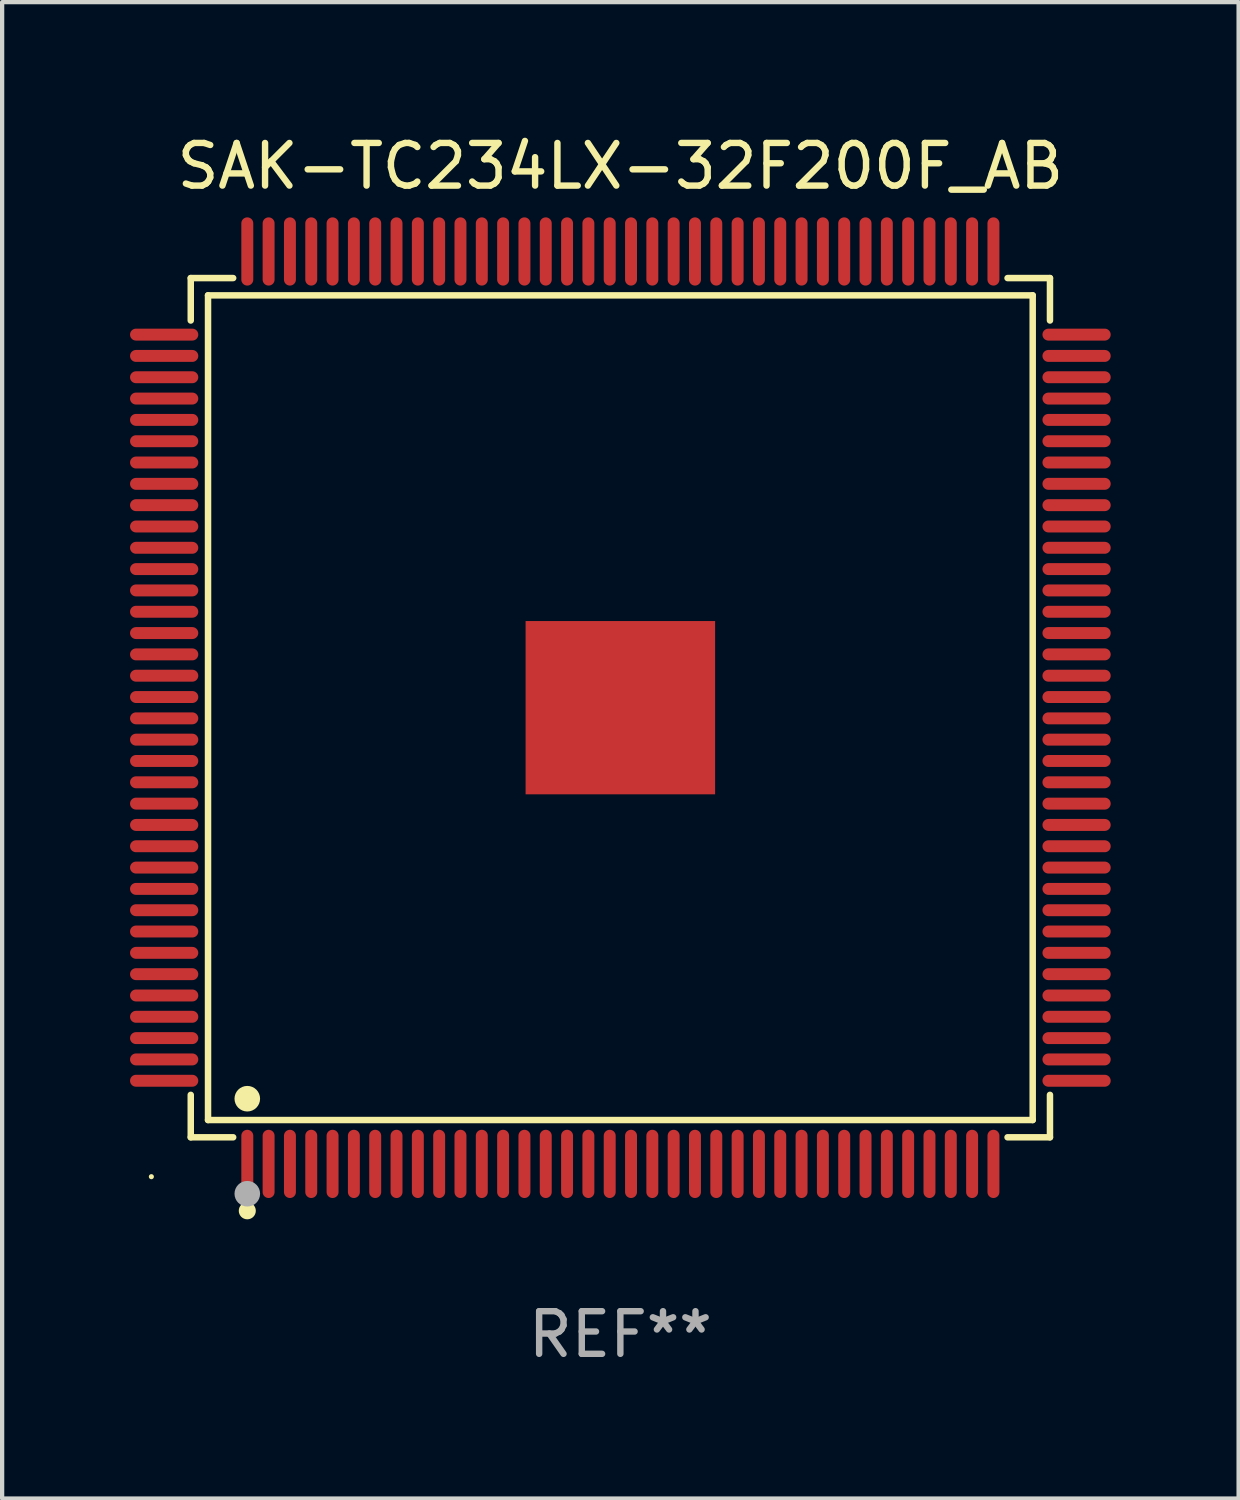
<source format=kicad_pcb>
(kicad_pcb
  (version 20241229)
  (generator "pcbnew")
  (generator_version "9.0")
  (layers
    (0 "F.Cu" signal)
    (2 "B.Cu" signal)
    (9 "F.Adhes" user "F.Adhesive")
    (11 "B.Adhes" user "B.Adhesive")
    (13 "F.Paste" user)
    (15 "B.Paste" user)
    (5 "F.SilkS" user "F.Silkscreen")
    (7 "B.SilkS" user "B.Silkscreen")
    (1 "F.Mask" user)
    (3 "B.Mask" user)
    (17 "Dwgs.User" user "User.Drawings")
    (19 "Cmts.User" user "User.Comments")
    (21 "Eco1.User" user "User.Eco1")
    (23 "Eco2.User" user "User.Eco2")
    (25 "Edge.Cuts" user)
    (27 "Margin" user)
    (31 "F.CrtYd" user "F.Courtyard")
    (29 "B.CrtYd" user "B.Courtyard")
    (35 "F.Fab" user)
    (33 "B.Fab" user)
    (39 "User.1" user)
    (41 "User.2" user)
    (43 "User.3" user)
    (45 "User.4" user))
  (footprint "SAK-TC234LX-32F200F_AB"
    (layer "F.Cu")
    (at 11.5 13.548)
    (property "Reference" "SAK-TC234LX-32F200F_AB" (at 0 -12.7 0) (layer "F.SilkS") (effects (font (size 1 1) (thickness 0.15))))
    (attr through_hole)
    (fp_line (start -10.076 -10.076) (end -9.081 -10.076) (stroke (width 0.152) (type solid)) (layer "F.SilkS"))
    (fp_line (start -10.076 -9.081) (end -10.076 -10.076) (stroke (width 0.152) (type solid)) (layer "F.SilkS"))
    (fp_line (start -10.076 9.081) (end -10.076 10.076) (stroke (width 0.152) (type solid)) (layer "F.SilkS"))
    (fp_line (start -10.076 10.076) (end -9.081 10.076) (stroke (width 0.152) (type solid)) (layer "F.SilkS"))
    (fp_line (start -9.671 -9.671) (end 9.671 -9.671) (stroke (width 0.152) (type solid)) (layer "F.SilkS"))
    (fp_line (start -9.671 9.671) (end -9.671 -9.671) (stroke (width 0.152) (type solid)) (layer "F.SilkS"))
    (fp_line (start 9.671 -9.671) (end 9.671 9.671) (stroke (width 0.152) (type solid)) (layer "F.SilkS"))
    (fp_line (start 9.671 9.671) (end -9.671 9.671) (stroke (width 0.152) (type solid)) (layer "F.SilkS"))
    (fp_line (start 10.076 -10.076) (end 9.081 -10.076) (stroke (width 0.152) (type solid)) (layer "F.SilkS"))
    (fp_line (start 10.076 -9.081) (end 10.076 -10.076) (stroke (width 0.152) (type solid)) (layer "F.SilkS"))
    (fp_line (start 10.076 9.081) (end 10.076 10.076) (stroke (width 0.152) (type solid)) (layer "F.SilkS"))
    (fp_line (start 10.076 10.076) (end 9.081 10.076) (stroke (width 0.152) (type solid)) (layer "F.SilkS"))
    (fp_circle (center -11 11) (end -10.97 11) (stroke (width 0.06) (type solid)) (fill no) (layer "F.SilkS"))
    (fp_circle (center -8.75 9.171) (end -8.6 9.171) (stroke (width 0.3) (type solid)) (fill no) (layer "F.SilkS"))
    (fp_circle (center -8.75 11.8) (end -8.65 11.8) (stroke (width 0.2) (type solid)) (fill no) (layer "F.SilkS"))
    (fp_circle (center -8.75 11.4) (end -8.6 11.4) (stroke (width 0.3) (type solid)) (fill no) (layer "F.Fab"))
    (fp_text user "REF**" (at 0 14.7 0) (layer "F.Fab") (effects (font (size 1 1) (thickness 0.15))))
    (pad "1" smd oval (at -8.75 10.7) (size 0.28 1.6) (layers "F.Cu" "F.Mask" "F.Paste"))
    (pad "2" smd oval (at -8.25 10.7) (size 0.28 1.6) (layers "F.Cu" "F.Mask" "F.Paste"))
    (pad "3" smd oval (at -7.75 10.7) (size 0.28 1.6) (layers "F.Cu" "F.Mask" "F.Paste"))
    (pad "4" smd oval (at -7.25 10.7) (size 0.28 1.6) (layers "F.Cu" "F.Mask" "F.Paste"))
    (pad "5" smd oval (at -6.75 10.7) (size 0.28 1.6) (layers "F.Cu" "F.Mask" "F.Paste"))
    (pad "6" smd oval (at -6.25 10.7) (size 0.28 1.6) (layers "F.Cu" "F.Mask" "F.Paste"))
    (pad "7" smd oval (at -5.75 10.7) (size 0.28 1.6) (layers "F.Cu" "F.Mask" "F.Paste"))
    (pad "8" smd oval (at -5.25 10.7) (size 0.28 1.6) (layers "F.Cu" "F.Mask" "F.Paste"))
    (pad "9" smd oval (at -4.75 10.7) (size 0.28 1.6) (layers "F.Cu" "F.Mask" "F.Paste"))
    (pad "10" smd oval (at -4.25 10.7) (size 0.28 1.6) (layers "F.Cu" "F.Mask" "F.Paste"))
    (pad "11" smd oval (at -3.75 10.7) (size 0.28 1.6) (layers "F.Cu" "F.Mask" "F.Paste"))
    (pad "12" smd oval (at -3.25 10.7) (size 0.28 1.6) (layers "F.Cu" "F.Mask" "F.Paste"))
    (pad "13" smd oval (at -2.75 10.7) (size 0.28 1.6) (layers "F.Cu" "F.Mask" "F.Paste"))
    (pad "14" smd oval (at -2.25 10.7) (size 0.28 1.6) (layers "F.Cu" "F.Mask" "F.Paste"))
    (pad "15" smd oval (at -1.75 10.7) (size 0.28 1.6) (layers "F.Cu" "F.Mask" "F.Paste"))
    (pad "16" smd oval (at -1.25 10.7) (size 0.28 1.6) (layers "F.Cu" "F.Mask" "F.Paste"))
    (pad "17" smd oval (at -0.75 10.7) (size 0.28 1.6) (layers "F.Cu" "F.Mask" "F.Paste"))
    (pad "18" smd oval (at -0.25 10.7) (size 0.28 1.6) (layers "F.Cu" "F.Mask" "F.Paste"))
    (pad "19" smd oval (at 0.25 10.7) (size 0.28 1.6) (layers "F.Cu" "F.Mask" "F.Paste"))
    (pad "20" smd oval (at 0.75 10.7) (size 0.28 1.6) (layers "F.Cu" "F.Mask" "F.Paste"))
    (pad "21" smd oval (at 1.25 10.7) (size 0.28 1.6) (layers "F.Cu" "F.Mask" "F.Paste"))
    (pad "22" smd oval (at 1.75 10.7) (size 0.28 1.6) (layers "F.Cu" "F.Mask" "F.Paste"))
    (pad "23" smd oval (at 2.25 10.7) (size 0.28 1.6) (layers "F.Cu" "F.Mask" "F.Paste"))
    (pad "24" smd oval (at 2.75 10.7) (size 0.28 1.6) (layers "F.Cu" "F.Mask" "F.Paste"))
    (pad "25" smd oval (at 3.25 10.7) (size 0.28 1.6) (layers "F.Cu" "F.Mask" "F.Paste"))
    (pad "26" smd oval (at 3.75 10.7) (size 0.28 1.6) (layers "F.Cu" "F.Mask" "F.Paste"))
    (pad "27" smd oval (at 4.25 10.7) (size 0.28 1.6) (layers "F.Cu" "F.Mask" "F.Paste"))
    (pad "28" smd oval (at 4.75 10.7) (size 0.28 1.6) (layers "F.Cu" "F.Mask" "F.Paste"))
    (pad "29" smd oval (at 5.25 10.7) (size 0.28 1.6) (layers "F.Cu" "F.Mask" "F.Paste"))
    (pad "30" smd oval (at 5.75 10.7) (size 0.28 1.6) (layers "F.Cu" "F.Mask" "F.Paste"))
    (pad "31" smd oval (at 6.25 10.7) (size 0.28 1.6) (layers "F.Cu" "F.Mask" "F.Paste"))
    (pad "32" smd oval (at 6.75 10.7) (size 0.28 1.6) (layers "F.Cu" "F.Mask" "F.Paste"))
    (pad "33" smd oval (at 7.25 10.7) (size 0.28 1.6) (layers "F.Cu" "F.Mask" "F.Paste"))
    (pad "34" smd oval (at 7.75 10.7) (size 0.28 1.6) (layers "F.Cu" "F.Mask" "F.Paste"))
    (pad "35" smd oval (at 8.25 10.7) (size 0.28 1.6) (layers "F.Cu" "F.Mask" "F.Paste"))
    (pad "36" smd oval (at 8.75 10.7) (size 0.28 1.6) (layers "F.Cu" "F.Mask" "F.Paste"))
    (pad "37" smd oval (at 10.7 8.75) (size 1.6 0.28) (layers "F.Cu" "F.Mask" "F.Paste"))
    (pad "38" smd oval (at 10.7 8.25) (size 1.6 0.28) (layers "F.Cu" "F.Mask" "F.Paste"))
    (pad "39" smd oval (at 10.7 7.75) (size 1.6 0.28) (layers "F.Cu" "F.Mask" "F.Paste"))
    (pad "40" smd oval (at 10.7 7.25) (size 1.6 0.28) (layers "F.Cu" "F.Mask" "F.Paste"))
    (pad "41" smd oval (at 10.7 6.75) (size 1.6 0.28) (layers "F.Cu" "F.Mask" "F.Paste"))
    (pad "42" smd oval (at 10.7 6.25) (size 1.6 0.28) (layers "F.Cu" "F.Mask" "F.Paste"))
    (pad "43" smd oval (at 10.7 5.75) (size 1.6 0.28) (layers "F.Cu" "F.Mask" "F.Paste"))
    (pad "44" smd oval (at 10.7 5.25) (size 1.6 0.28) (layers "F.Cu" "F.Mask" "F.Paste"))
    (pad "45" smd oval (at 10.7 4.75) (size 1.6 0.28) (layers "F.Cu" "F.Mask" "F.Paste"))
    (pad "46" smd oval (at 10.7 4.25) (size 1.6 0.28) (layers "F.Cu" "F.Mask" "F.Paste"))
    (pad "47" smd oval (at 10.7 3.75) (size 1.6 0.28) (layers "F.Cu" "F.Mask" "F.Paste"))
    (pad "48" smd oval (at 10.7 3.25) (size 1.6 0.28) (layers "F.Cu" "F.Mask" "F.Paste"))
    (pad "49" smd oval (at 10.7 2.75) (size 1.6 0.28) (layers "F.Cu" "F.Mask" "F.Paste"))
    (pad "50" smd oval (at 10.7 2.25) (size 1.6 0.28) (layers "F.Cu" "F.Mask" "F.Paste"))
    (pad "51" smd oval (at 10.7 1.75) (size 1.6 0.28) (layers "F.Cu" "F.Mask" "F.Paste"))
    (pad "52" smd oval (at 10.7 1.25) (size 1.6 0.28) (layers "F.Cu" "F.Mask" "F.Paste"))
    (pad "53" smd oval (at 10.7 0.75) (size 1.6 0.28) (layers "F.Cu" "F.Mask" "F.Paste"))
    (pad "54" smd oval (at 10.7 0.25) (size 1.6 0.28) (layers "F.Cu" "F.Mask" "F.Paste"))
    (pad "55" smd oval (at 10.7 -0.25) (size 1.6 0.28) (layers "F.Cu" "F.Mask" "F.Paste"))
    (pad "56" smd oval (at 10.7 -0.75) (size 1.6 0.28) (layers "F.Cu" "F.Mask" "F.Paste"))
    (pad "57" smd oval (at 10.7 -1.25) (size 1.6 0.28) (layers "F.Cu" "F.Mask" "F.Paste"))
    (pad "58" smd oval (at 10.7 -1.75) (size 1.6 0.28) (layers "F.Cu" "F.Mask" "F.Paste"))
    (pad "59" smd oval (at 10.7 -2.25) (size 1.6 0.28) (layers "F.Cu" "F.Mask" "F.Paste"))
    (pad "60" smd oval (at 10.7 -2.75) (size 1.6 0.28) (layers "F.Cu" "F.Mask" "F.Paste"))
    (pad "61" smd oval (at 10.7 -3.25) (size 1.6 0.28) (layers "F.Cu" "F.Mask" "F.Paste"))
    (pad "62" smd oval (at 10.7 -3.75) (size 1.6 0.28) (layers "F.Cu" "F.Mask" "F.Paste"))
    (pad "63" smd oval (at 10.7 -4.25) (size 1.6 0.28) (layers "F.Cu" "F.Mask" "F.Paste"))
    (pad "64" smd oval (at 10.7 -4.75) (size 1.6 0.28) (layers "F.Cu" "F.Mask" "F.Paste"))
    (pad "65" smd oval (at 10.7 -5.25) (size 1.6 0.28) (layers "F.Cu" "F.Mask" "F.Paste"))
    (pad "66" smd oval (at 10.7 -5.75) (size 1.6 0.28) (layers "F.Cu" "F.Mask" "F.Paste"))
    (pad "67" smd oval (at 10.7 -6.25) (size 1.6 0.28) (layers "F.Cu" "F.Mask" "F.Paste"))
    (pad "68" smd oval (at 10.7 -6.75) (size 1.6 0.28) (layers "F.Cu" "F.Mask" "F.Paste"))
    (pad "69" smd oval (at 10.7 -7.25) (size 1.6 0.28) (layers "F.Cu" "F.Mask" "F.Paste"))
    (pad "70" smd oval (at 10.7 -7.75) (size 1.6 0.28) (layers "F.Cu" "F.Mask" "F.Paste"))
    (pad "71" smd oval (at 10.7 -8.25) (size 1.6 0.28) (layers "F.Cu" "F.Mask" "F.Paste"))
    (pad "72" smd oval (at 10.7 -8.75) (size 1.6 0.28) (layers "F.Cu" "F.Mask" "F.Paste"))
    (pad "73" smd oval (at 8.75 -10.7) (size 0.28 1.6) (layers "F.Cu" "F.Mask" "F.Paste"))
    (pad "74" smd oval (at 8.25 -10.7) (size 0.28 1.6) (layers "F.Cu" "F.Mask" "F.Paste"))
    (pad "75" smd oval (at 7.75 -10.7) (size 0.28 1.6) (layers "F.Cu" "F.Mask" "F.Paste"))
    (pad "76" smd oval (at 7.25 -10.7) (size 0.28 1.6) (layers "F.Cu" "F.Mask" "F.Paste"))
    (pad "77" smd oval (at 6.75 -10.7) (size 0.28 1.6) (layers "F.Cu" "F.Mask" "F.Paste"))
    (pad "78" smd oval (at 6.25 -10.7) (size 0.28 1.6) (layers "F.Cu" "F.Mask" "F.Paste"))
    (pad "79" smd oval (at 5.75 -10.7) (size 0.28 1.6) (layers "F.Cu" "F.Mask" "F.Paste"))
    (pad "80" smd oval (at 5.25 -10.7) (size 0.28 1.6) (layers "F.Cu" "F.Mask" "F.Paste"))
    (pad "81" smd oval (at 4.75 -10.7) (size 0.28 1.6) (layers "F.Cu" "F.Mask" "F.Paste"))
    (pad "82" smd oval (at 4.25 -10.7) (size 0.28 1.6) (layers "F.Cu" "F.Mask" "F.Paste"))
    (pad "83" smd oval (at 3.75 -10.7) (size 0.28 1.6) (layers "F.Cu" "F.Mask" "F.Paste"))
    (pad "84" smd oval (at 3.25 -10.7) (size 0.28 1.6) (layers "F.Cu" "F.Mask" "F.Paste"))
    (pad "85" smd oval (at 2.75 -10.7) (size 0.28 1.6) (layers "F.Cu" "F.Mask" "F.Paste"))
    (pad "86" smd oval (at 2.25 -10.7) (size 0.28 1.6) (layers "F.Cu" "F.Mask" "F.Paste"))
    (pad "87" smd oval (at 1.75 -10.7) (size 0.28 1.6) (layers "F.Cu" "F.Mask" "F.Paste"))
    (pad "88" smd oval (at 1.25 -10.7) (size 0.28 1.6) (layers "F.Cu" "F.Mask" "F.Paste"))
    (pad "89" smd oval (at 0.75 -10.7) (size 0.28 1.6) (layers "F.Cu" "F.Mask" "F.Paste"))
    (pad "90" smd oval (at 0.25 -10.7) (size 0.28 1.6) (layers "F.Cu" "F.Mask" "F.Paste"))
    (pad "91" smd oval (at -0.25 -10.7) (size 0.28 1.6) (layers "F.Cu" "F.Mask" "F.Paste"))
    (pad "92" smd oval (at -0.75 -10.7) (size 0.28 1.6) (layers "F.Cu" "F.Mask" "F.Paste"))
    (pad "93" smd oval (at -1.25 -10.7) (size 0.28 1.6) (layers "F.Cu" "F.Mask" "F.Paste"))
    (pad "94" smd oval (at -1.75 -10.7) (size 0.28 1.6) (layers "F.Cu" "F.Mask" "F.Paste"))
    (pad "95" smd oval (at -2.25 -10.7) (size 0.28 1.6) (layers "F.Cu" "F.Mask" "F.Paste"))
    (pad "96" smd oval (at -2.75 -10.7) (size 0.28 1.6) (layers "F.Cu" "F.Mask" "F.Paste"))
    (pad "97" smd oval (at -3.25 -10.7) (size 0.28 1.6) (layers "F.Cu" "F.Mask" "F.Paste"))
    (pad "98" smd oval (at -3.75 -10.7) (size 0.28 1.6) (layers "F.Cu" "F.Mask" "F.Paste"))
    (pad "99" smd oval (at -4.25 -10.7) (size 0.28 1.6) (layers "F.Cu" "F.Mask" "F.Paste"))
    (pad "100" smd oval (at -4.75 -10.7) (size 0.28 1.6) (layers "F.Cu" "F.Mask" "F.Paste"))
    (pad "101" smd oval (at -5.25 -10.7) (size 0.28 1.6) (layers "F.Cu" "F.Mask" "F.Paste"))
    (pad "102" smd oval (at -5.75 -10.7) (size 0.28 1.6) (layers "F.Cu" "F.Mask" "F.Paste"))
    (pad "103" smd oval (at -6.25 -10.7) (size 0.28 1.6) (layers "F.Cu" "F.Mask" "F.Paste"))
    (pad "104" smd oval (at -6.75 -10.7) (size 0.28 1.6) (layers "F.Cu" "F.Mask" "F.Paste"))
    (pad "105" smd oval (at -7.25 -10.7) (size 0.28 1.6) (layers "F.Cu" "F.Mask" "F.Paste"))
    (pad "106" smd oval (at -7.75 -10.7) (size 0.28 1.6) (layers "F.Cu" "F.Mask" "F.Paste"))
    (pad "107" smd oval (at -8.25 -10.7) (size 0.28 1.6) (layers "F.Cu" "F.Mask" "F.Paste"))
    (pad "108" smd oval (at -8.75 -10.7) (size 0.28 1.6) (layers "F.Cu" "F.Mask" "F.Paste"))
    (pad "109" smd oval (at -10.7 -8.75) (size 1.6 0.28) (layers "F.Cu" "F.Mask" "F.Paste"))
    (pad "110" smd oval (at -10.7 -8.25) (size 1.6 0.28) (layers "F.Cu" "F.Mask" "F.Paste"))
    (pad "111" smd oval (at -10.7 -7.75) (size 1.6 0.28) (layers "F.Cu" "F.Mask" "F.Paste"))
    (pad "112" smd oval (at -10.7 -7.25) (size 1.6 0.28) (layers "F.Cu" "F.Mask" "F.Paste"))
    (pad "113" smd oval (at -10.7 -6.75) (size 1.6 0.28) (layers "F.Cu" "F.Mask" "F.Paste"))
    (pad "114" smd oval (at -10.7 -6.25) (size 1.6 0.28) (layers "F.Cu" "F.Mask" "F.Paste"))
    (pad "115" smd oval (at -10.7 -5.75) (size 1.6 0.28) (layers "F.Cu" "F.Mask" "F.Paste"))
    (pad "116" smd oval (at -10.7 -5.25) (size 1.6 0.28) (layers "F.Cu" "F.Mask" "F.Paste"))
    (pad "117" smd oval (at -10.7 -4.75) (size 1.6 0.28) (layers "F.Cu" "F.Mask" "F.Paste"))
    (pad "118" smd oval (at -10.7 -4.25) (size 1.6 0.28) (layers "F.Cu" "F.Mask" "F.Paste"))
    (pad "119" smd oval (at -10.7 -3.75) (size 1.6 0.28) (layers "F.Cu" "F.Mask" "F.Paste"))
    (pad "120" smd oval (at -10.7 -3.25) (size 1.6 0.28) (layers "F.Cu" "F.Mask" "F.Paste"))
    (pad "121" smd oval (at -10.7 -2.75) (size 1.6 0.28) (layers "F.Cu" "F.Mask" "F.Paste"))
    (pad "122" smd oval (at -10.7 -2.25) (size 1.6 0.28) (layers "F.Cu" "F.Mask" "F.Paste"))
    (pad "123" smd oval (at -10.7 -1.75) (size 1.6 0.28) (layers "F.Cu" "F.Mask" "F.Paste"))
    (pad "124" smd oval (at -10.7 -1.25) (size 1.6 0.28) (layers "F.Cu" "F.Mask" "F.Paste"))
    (pad "125" smd oval (at -10.7 -0.75) (size 1.6 0.28) (layers "F.Cu" "F.Mask" "F.Paste"))
    (pad "126" smd oval (at -10.7 -0.25) (size 1.6 0.28) (layers "F.Cu" "F.Mask" "F.Paste"))
    (pad "127" smd oval (at -10.7 0.25) (size 1.6 0.28) (layers "F.Cu" "F.Mask" "F.Paste"))
    (pad "128" smd oval (at -10.7 0.75) (size 1.6 0.28) (layers "F.Cu" "F.Mask" "F.Paste"))
    (pad "129" smd oval (at -10.7 1.25) (size 1.6 0.28) (layers "F.Cu" "F.Mask" "F.Paste"))
    (pad "130" smd oval (at -10.7 1.75) (size 1.6 0.28) (layers "F.Cu" "F.Mask" "F.Paste"))
    (pad "131" smd oval (at -10.7 2.25) (size 1.6 0.28) (layers "F.Cu" "F.Mask" "F.Paste"))
    (pad "132" smd oval (at -10.7 2.75) (size 1.6 0.28) (layers "F.Cu" "F.Mask" "F.Paste"))
    (pad "133" smd oval (at -10.7 3.25) (size 1.6 0.28) (layers "F.Cu" "F.Mask" "F.Paste"))
    (pad "134" smd oval (at -10.7 3.75) (size 1.6 0.28) (layers "F.Cu" "F.Mask" "F.Paste"))
    (pad "135" smd oval (at -10.7 4.25) (size 1.6 0.28) (layers "F.Cu" "F.Mask" "F.Paste"))
    (pad "136" smd oval (at -10.7 4.75) (size 1.6 0.28) (layers "F.Cu" "F.Mask" "F.Paste"))
    (pad "137" smd oval (at -10.7 5.25) (size 1.6 0.28) (layers "F.Cu" "F.Mask" "F.Paste"))
    (pad "138" smd oval (at -10.7 5.75) (size 1.6 0.28) (layers "F.Cu" "F.Mask" "F.Paste"))
    (pad "139" smd oval (at -10.7 6.25) (size 1.6 0.28) (layers "F.Cu" "F.Mask" "F.Paste"))
    (pad "140" smd oval (at -10.7 6.75) (size 1.6 0.28) (layers "F.Cu" "F.Mask" "F.Paste"))
    (pad "141" smd oval (at -10.7 7.25) (size 1.6 0.28) (layers "F.Cu" "F.Mask" "F.Paste"))
    (pad "142" smd oval (at -10.7 7.75) (size 1.6 0.28) (layers "F.Cu" "F.Mask" "F.Paste"))
    (pad "143" smd oval (at -10.7 8.25) (size 1.6 0.28) (layers "F.Cu" "F.Mask" "F.Paste"))
    (pad "144" smd oval (at -10.7 8.75) (size 1.6 0.28) (layers "F.Cu" "F.Mask" "F.Paste"))
    (pad "145" smd rect (at 0 0) (size 4.445 4.064) (layers "F.Cu" "F.Mask" "F.Paste")))
  (gr_rect
    (start -3 -3)
    (end 26 32.097)
    (stroke (width 0.1) (type default))
    (fill no)
    (layer "Edge.Cuts")))
</source>
